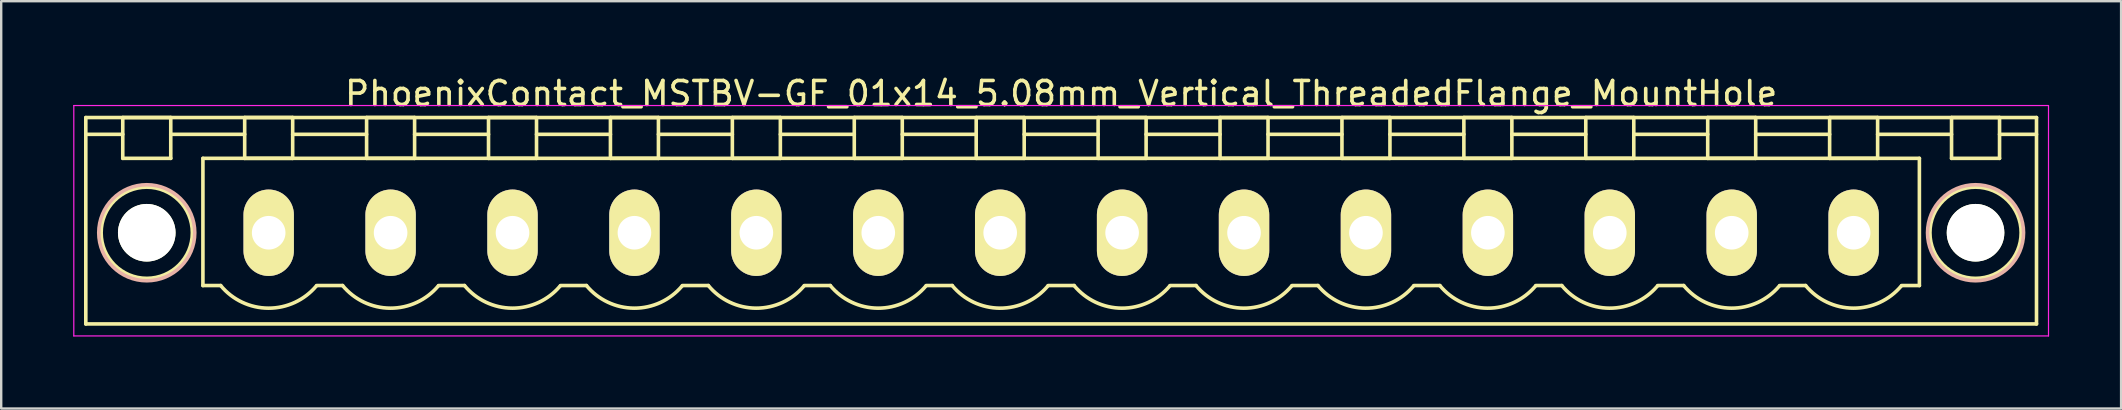
<source format=kicad_pcb>
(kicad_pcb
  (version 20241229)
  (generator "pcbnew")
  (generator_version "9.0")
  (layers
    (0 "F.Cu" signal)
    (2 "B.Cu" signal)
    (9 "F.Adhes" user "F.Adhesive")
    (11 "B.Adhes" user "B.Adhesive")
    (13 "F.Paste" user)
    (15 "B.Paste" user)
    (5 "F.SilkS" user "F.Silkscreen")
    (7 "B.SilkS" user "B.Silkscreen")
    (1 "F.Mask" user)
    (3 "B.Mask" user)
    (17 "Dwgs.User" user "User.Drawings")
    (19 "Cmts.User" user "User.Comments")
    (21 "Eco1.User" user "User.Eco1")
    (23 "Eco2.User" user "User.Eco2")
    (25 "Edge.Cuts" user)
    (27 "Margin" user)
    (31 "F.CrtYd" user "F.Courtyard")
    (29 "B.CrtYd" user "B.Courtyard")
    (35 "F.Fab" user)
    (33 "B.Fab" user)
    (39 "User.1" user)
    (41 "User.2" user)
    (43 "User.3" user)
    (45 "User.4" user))
  (footprint "PhoenixContact_MSTBV-GF_01x14_5.08mm_Vertical_ThreadedFlange_MountHole"
    (layer "F.Cu")
    (at 8.145 6.648)
    (property "Reference" "PhoenixContact_MSTBV-GF_01x14_5.08mm_Vertical_ThreadedFlange_MountHole" (at 33.02 -5.8 0) (layer "F.SilkS") (effects (font (size 1 1) (thickness 0.15))))
    (attr through_hole)
    (fp_line (start -7.62 -4.8) (end -7.62 3.8) (stroke (width 0.15) (type solid)) (layer "F.SilkS"))
    (fp_line (start -7.62 -4.1) (end -6.08 -4.1) (stroke (width 0.15) (type solid)) (layer "F.SilkS"))
    (fp_line (start -7.62 3.8) (end 73.66 3.8) (stroke (width 0.15) (type solid)) (layer "F.SilkS"))
    (fp_line (start -6.08 -4.8) (end -4.08 -4.8) (stroke (width 0.15) (type solid)) (layer "F.SilkS"))
    (fp_line (start -6.08 -3.1) (end -6.08 -4.8) (stroke (width 0.15) (type solid)) (layer "F.SilkS"))
    (fp_line (start -4.08 -4.8) (end -4.08 -3.1) (stroke (width 0.15) (type solid)) (layer "F.SilkS"))
    (fp_line (start -4.08 -4.1) (end -1 -4.1) (stroke (width 0.15) (type solid)) (layer "F.SilkS"))
    (fp_line (start -4.08 -3.1) (end -6.08 -3.1) (stroke (width 0.15) (type solid)) (layer "F.SilkS"))
    (fp_line (start -2.74 -3.1) (end 68.78 -3.1) (stroke (width 0.15) (type solid)) (layer "F.SilkS"))
    (fp_line (start -2.74 2.2) (end -2.74 -3.1) (stroke (width 0.15) (type solid)) (layer "F.SilkS"))
    (fp_line (start -2 2.2) (end -2.74 2.2) (stroke (width 0.15) (type solid)) (layer "F.SilkS"))
    (fp_line (start -1 -4.8) (end 1 -4.8) (stroke (width 0.15) (type solid)) (layer "F.SilkS"))
    (fp_line (start -1 -3.1) (end -1 -4.8) (stroke (width 0.15) (type solid)) (layer "F.SilkS"))
    (fp_line (start 1 -4.8) (end 1 -3.1) (stroke (width 0.15) (type solid)) (layer "F.SilkS"))
    (fp_line (start 1 -4.1) (end 4.08 -4.1) (stroke (width 0.15) (type solid)) (layer "F.SilkS"))
    (fp_line (start 1 -3.1) (end -1 -3.1) (stroke (width 0.15) (type solid)) (layer "F.SilkS"))
    (fp_line (start 2 2.2) (end 3.08 2.2) (stroke (width 0.15) (type solid)) (layer "F.SilkS"))
    (fp_line (start 4.08 -4.8) (end 6.08 -4.8) (stroke (width 0.15) (type solid)) (layer "F.SilkS"))
    (fp_line (start 4.08 -3.1) (end 4.08 -4.8) (stroke (width 0.15) (type solid)) (layer "F.SilkS"))
    (fp_line (start 6.08 -4.8) (end 6.08 -3.1) (stroke (width 0.15) (type solid)) (layer "F.SilkS"))
    (fp_line (start 6.08 -4.1) (end 9.16 -4.1) (stroke (width 0.15) (type solid)) (layer "F.SilkS"))
    (fp_line (start 6.08 -3.1) (end 4.08 -3.1) (stroke (width 0.15) (type solid)) (layer "F.SilkS"))
    (fp_line (start 7.08 2.2) (end 8.16 2.2) (stroke (width 0.15) (type solid)) (layer "F.SilkS"))
    (fp_line (start 9.16 -4.8) (end 11.16 -4.8) (stroke (width 0.15) (type solid)) (layer "F.SilkS"))
    (fp_line (start 9.16 -3.1) (end 9.16 -4.8) (stroke (width 0.15) (type solid)) (layer "F.SilkS"))
    (fp_line (start 11.16 -4.8) (end 11.16 -3.1) (stroke (width 0.15) (type solid)) (layer "F.SilkS"))
    (fp_line (start 11.16 -4.1) (end 14.24 -4.1) (stroke (width 0.15) (type solid)) (layer "F.SilkS"))
    (fp_line (start 11.16 -3.1) (end 9.16 -3.1) (stroke (width 0.15) (type solid)) (layer "F.SilkS"))
    (fp_line (start 12.16 2.2) (end 13.24 2.2) (stroke (width 0.15) (type solid)) (layer "F.SilkS"))
    (fp_line (start 14.24 -4.8) (end 16.24 -4.8) (stroke (width 0.15) (type solid)) (layer "F.SilkS"))
    (fp_line (start 14.24 -3.1) (end 14.24 -4.8) (stroke (width 0.15) (type solid)) (layer "F.SilkS"))
    (fp_line (start 16.24 -4.8) (end 16.24 -3.1) (stroke (width 0.15) (type solid)) (layer "F.SilkS"))
    (fp_line (start 16.24 -4.1) (end 19.32 -4.1) (stroke (width 0.15) (type solid)) (layer "F.SilkS"))
    (fp_line (start 16.24 -3.1) (end 14.24 -3.1) (stroke (width 0.15) (type solid)) (layer "F.SilkS"))
    (fp_line (start 17.24 2.2) (end 18.32 2.2) (stroke (width 0.15) (type solid)) (layer "F.SilkS"))
    (fp_line (start 19.32 -4.8) (end 21.32 -4.8) (stroke (width 0.15) (type solid)) (layer "F.SilkS"))
    (fp_line (start 19.32 -3.1) (end 19.32 -4.8) (stroke (width 0.15) (type solid)) (layer "F.SilkS"))
    (fp_line (start 21.32 -4.8) (end 21.32 -3.1) (stroke (width 0.15) (type solid)) (layer "F.SilkS"))
    (fp_line (start 21.32 -4.1) (end 24.4 -4.1) (stroke (width 0.15) (type solid)) (layer "F.SilkS"))
    (fp_line (start 21.32 -3.1) (end 19.32 -3.1) (stroke (width 0.15) (type solid)) (layer "F.SilkS"))
    (fp_line (start 22.32 2.2) (end 23.4 2.2) (stroke (width 0.15) (type solid)) (layer "F.SilkS"))
    (fp_line (start 24.4 -4.8) (end 26.4 -4.8) (stroke (width 0.15) (type solid)) (layer "F.SilkS"))
    (fp_line (start 24.4 -3.1) (end 24.4 -4.8) (stroke (width 0.15) (type solid)) (layer "F.SilkS"))
    (fp_line (start 26.4 -4.8) (end 26.4 -3.1) (stroke (width 0.15) (type solid)) (layer "F.SilkS"))
    (fp_line (start 26.4 -4.1) (end 29.48 -4.1) (stroke (width 0.15) (type solid)) (layer "F.SilkS"))
    (fp_line (start 26.4 -3.1) (end 24.4 -3.1) (stroke (width 0.15) (type solid)) (layer "F.SilkS"))
    (fp_line (start 27.4 2.2) (end 28.48 2.2) (stroke (width 0.15) (type solid)) (layer "F.SilkS"))
    (fp_line (start 29.48 -4.8) (end 31.48 -4.8) (stroke (width 0.15) (type solid)) (layer "F.SilkS"))
    (fp_line (start 29.48 -3.1) (end 29.48 -4.8) (stroke (width 0.15) (type solid)) (layer "F.SilkS"))
    (fp_line (start 31.48 -4.8) (end 31.48 -3.1) (stroke (width 0.15) (type solid)) (layer "F.SilkS"))
    (fp_line (start 31.48 -4.1) (end 34.56 -4.1) (stroke (width 0.15) (type solid)) (layer "F.SilkS"))
    (fp_line (start 31.48 -3.1) (end 29.48 -3.1) (stroke (width 0.15) (type solid)) (layer "F.SilkS"))
    (fp_line (start 32.48 2.2) (end 33.56 2.2) (stroke (width 0.15) (type solid)) (layer "F.SilkS"))
    (fp_line (start 34.56 -4.8) (end 36.56 -4.8) (stroke (width 0.15) (type solid)) (layer "F.SilkS"))
    (fp_line (start 34.56 -3.1) (end 34.56 -4.8) (stroke (width 0.15) (type solid)) (layer "F.SilkS"))
    (fp_line (start 36.56 -4.8) (end 36.56 -3.1) (stroke (width 0.15) (type solid)) (layer "F.SilkS"))
    (fp_line (start 36.56 -4.1) (end 39.64 -4.1) (stroke (width 0.15) (type solid)) (layer "F.SilkS"))
    (fp_line (start 36.56 -3.1) (end 34.56 -3.1) (stroke (width 0.15) (type solid)) (layer "F.SilkS"))
    (fp_line (start 37.56 2.2) (end 38.64 2.2) (stroke (width 0.15) (type solid)) (layer "F.SilkS"))
    (fp_line (start 39.64 -4.8) (end 41.64 -4.8) (stroke (width 0.15) (type solid)) (layer "F.SilkS"))
    (fp_line (start 39.64 -3.1) (end 39.64 -4.8) (stroke (width 0.15) (type solid)) (layer "F.SilkS"))
    (fp_line (start 41.64 -4.8) (end 41.64 -3.1) (stroke (width 0.15) (type solid)) (layer "F.SilkS"))
    (fp_line (start 41.64 -4.1) (end 44.72 -4.1) (stroke (width 0.15) (type solid)) (layer "F.SilkS"))
    (fp_line (start 41.64 -3.1) (end 39.64 -3.1) (stroke (width 0.15) (type solid)) (layer "F.SilkS"))
    (fp_line (start 42.64 2.2) (end 43.72 2.2) (stroke (width 0.15) (type solid)) (layer "F.SilkS"))
    (fp_line (start 44.72 -4.8) (end 46.72 -4.8) (stroke (width 0.15) (type solid)) (layer "F.SilkS"))
    (fp_line (start 44.72 -3.1) (end 44.72 -4.8) (stroke (width 0.15) (type solid)) (layer "F.SilkS"))
    (fp_line (start 46.72 -4.8) (end 46.72 -3.1) (stroke (width 0.15) (type solid)) (layer "F.SilkS"))
    (fp_line (start 46.72 -4.1) (end 49.8 -4.1) (stroke (width 0.15) (type solid)) (layer "F.SilkS"))
    (fp_line (start 46.72 -3.1) (end 44.72 -3.1) (stroke (width 0.15) (type solid)) (layer "F.SilkS"))
    (fp_line (start 47.72 2.2) (end 48.8 2.2) (stroke (width 0.15) (type solid)) (layer "F.SilkS"))
    (fp_line (start 49.8 -4.8) (end 51.8 -4.8) (stroke (width 0.15) (type solid)) (layer "F.SilkS"))
    (fp_line (start 49.8 -3.1) (end 49.8 -4.8) (stroke (width 0.15) (type solid)) (layer "F.SilkS"))
    (fp_line (start 51.8 -4.8) (end 51.8 -3.1) (stroke (width 0.15) (type solid)) (layer "F.SilkS"))
    (fp_line (start 51.8 -4.1) (end 54.88 -4.1) (stroke (width 0.15) (type solid)) (layer "F.SilkS"))
    (fp_line (start 51.8 -3.1) (end 49.8 -3.1) (stroke (width 0.15) (type solid)) (layer "F.SilkS"))
    (fp_line (start 52.8 2.2) (end 53.88 2.2) (stroke (width 0.15) (type solid)) (layer "F.SilkS"))
    (fp_line (start 54.88 -4.8) (end 56.88 -4.8) (stroke (width 0.15) (type solid)) (layer "F.SilkS"))
    (fp_line (start 54.88 -3.1) (end 54.88 -4.8) (stroke (width 0.15) (type solid)) (layer "F.SilkS"))
    (fp_line (start 56.88 -4.8) (end 56.88 -3.1) (stroke (width 0.15) (type solid)) (layer "F.SilkS"))
    (fp_line (start 56.88 -4.1) (end 59.96 -4.1) (stroke (width 0.15) (type solid)) (layer "F.SilkS"))
    (fp_line (start 56.88 -3.1) (end 54.88 -3.1) (stroke (width 0.15) (type solid)) (layer "F.SilkS"))
    (fp_line (start 57.88 2.2) (end 58.96 2.2) (stroke (width 0.15) (type solid)) (layer "F.SilkS"))
    (fp_line (start 59.96 -4.8) (end 61.96 -4.8) (stroke (width 0.15) (type solid)) (layer "F.SilkS"))
    (fp_line (start 59.96 -3.1) (end 59.96 -4.8) (stroke (width 0.15) (type solid)) (layer "F.SilkS"))
    (fp_line (start 61.96 -4.8) (end 61.96 -3.1) (stroke (width 0.15) (type solid)) (layer "F.SilkS"))
    (fp_line (start 61.96 -4.1) (end 65.04 -4.1) (stroke (width 0.15) (type solid)) (layer "F.SilkS"))
    (fp_line (start 61.96 -3.1) (end 59.96 -3.1) (stroke (width 0.15) (type solid)) (layer "F.SilkS"))
    (fp_line (start 62.96 2.2) (end 64.04 2.2) (stroke (width 0.15) (type solid)) (layer "F.SilkS"))
    (fp_line (start 65.04 -4.8) (end 67.04 -4.8) (stroke (width 0.15) (type solid)) (layer "F.SilkS"))
    (fp_line (start 65.04 -3.1) (end 65.04 -4.8) (stroke (width 0.15) (type solid)) (layer "F.SilkS"))
    (fp_line (start 67.04 -4.8) (end 67.04 -3.1) (stroke (width 0.15) (type solid)) (layer "F.SilkS"))
    (fp_line (start 67.04 -4.1) (end 70.12 -4.1) (stroke (width 0.15) (type solid)) (layer "F.SilkS"))
    (fp_line (start 67.04 -3.1) (end 65.04 -3.1) (stroke (width 0.15) (type solid)) (layer "F.SilkS"))
    (fp_line (start 68.78 -3.1) (end 68.78 2.2) (stroke (width 0.15) (type solid)) (layer "F.SilkS"))
    (fp_line (start 68.78 2.2) (end 68.04 2.2) (stroke (width 0.15) (type solid)) (layer "F.SilkS"))
    (fp_line (start 70.12 -4.8) (end 72.12 -4.8) (stroke (width 0.15) (type solid)) (layer "F.SilkS"))
    (fp_line (start 70.12 -3.1) (end 70.12 -4.8) (stroke (width 0.15) (type solid)) (layer "F.SilkS"))
    (fp_line (start 72.12 -4.8) (end 72.12 -3.1) (stroke (width 0.15) (type solid)) (layer "F.SilkS"))
    (fp_line (start 72.12 -3.1) (end 70.12 -3.1) (stroke (width 0.15) (type solid)) (layer "F.SilkS"))
    (fp_line (start 73.66 -4.8) (end -7.62 -4.8) (stroke (width 0.15) (type solid)) (layer "F.SilkS"))
    (fp_line (start 73.66 -4.1) (end 72.12 -4.1) (stroke (width 0.15) (type solid)) (layer "F.SilkS"))
    (fp_line (start 73.66 3.8) (end 73.66 -4.8) (stroke (width 0.15) (type solid)) (layer "F.SilkS"))
    (fp_arc (start 1.986842 2.215821) (mid -0.010289 3.142758) (end -2 2.2) (stroke (width 0.15) (type solid)) (layer "F.SilkS"))
    (fp_arc (start 7.066842 2.215821) (mid 5.069711 3.142758) (end 3.08 2.2) (stroke (width 0.15) (type solid)) (layer "F.SilkS"))
    (fp_arc (start 12.146842 2.215821) (mid 10.149711 3.142758) (end 8.16 2.2) (stroke (width 0.15) (type solid)) (layer "F.SilkS"))
    (fp_arc (start 17.226842 2.215821) (mid 15.229711 3.142758) (end 13.24 2.2) (stroke (width 0.15) (type solid)) (layer "F.SilkS"))
    (fp_arc (start 22.306842 2.215821) (mid 20.309711 3.142758) (end 18.32 2.2) (stroke (width 0.15) (type solid)) (layer "F.SilkS"))
    (fp_arc (start 27.386842 2.215821) (mid 25.389711 3.142758) (end 23.4 2.2) (stroke (width 0.15) (type solid)) (layer "F.SilkS"))
    (fp_arc (start 32.466842 2.215821) (mid 30.469711 3.142758) (end 28.48 2.2) (stroke (width 0.15) (type solid)) (layer "F.SilkS"))
    (fp_arc (start 37.546842 2.215821) (mid 35.549711 3.142758) (end 33.56 2.2) (stroke (width 0.15) (type solid)) (layer "F.SilkS"))
    (fp_arc (start 42.626842 2.215821) (mid 40.629711 3.142758) (end 38.64 2.2) (stroke (width 0.15) (type solid)) (layer "F.SilkS"))
    (fp_arc (start 47.706842 2.215821) (mid 45.709711 3.142758) (end 43.72 2.2) (stroke (width 0.15) (type solid)) (layer "F.SilkS"))
    (fp_arc (start 52.786842 2.215821) (mid 50.789711 3.142758) (end 48.8 2.2) (stroke (width 0.15) (type solid)) (layer "F.SilkS"))
    (fp_arc (start 57.866842 2.215821) (mid 55.869711 3.142758) (end 53.88 2.2) (stroke (width 0.15) (type solid)) (layer "F.SilkS"))
    (fp_arc (start 62.946842 2.215821) (mid 60.949711 3.142758) (end 58.96 2.2) (stroke (width 0.15) (type solid)) (layer "F.SilkS"))
    (fp_arc (start 68.026842 2.215821) (mid 66.029711 3.142758) (end 64.04 2.2) (stroke (width 0.15) (type solid)) (layer "F.SilkS"))
    (fp_circle (center -5.08 0) (end -4.08 0) (stroke (width 0.15) (type solid)) (fill no) (layer "F.SilkS"))
    (fp_circle (center -5.08 0) (end -3.18 0) (stroke (width 0.15) (type solid)) (fill no) (layer "F.SilkS"))
    (fp_circle (center 71.12 0) (end 72.12 0) (stroke (width 0.15) (type solid)) (fill no) (layer "F.SilkS"))
    (fp_circle (center 71.12 0) (end 73.02 0) (stroke (width 0.15) (type solid)) (fill no) (layer "F.SilkS"))
    (fp_circle (center -5.08 0) (end -3.08 0) (stroke (width 0.15) (type solid)) (fill no) (layer "B.SilkS"))
    (fp_circle (center 71.12 0) (end 73.12 0) (stroke (width 0.15) (type solid)) (fill no) (layer "B.SilkS"))
    (fp_line (start -8.12 -5.3) (end -8.12 4.3) (stroke (width 0.05) (type solid)) (layer "F.CrtYd"))
    (fp_line (start -8.12 4.3) (end 74.16 4.3) (stroke (width 0.05) (type solid)) (layer "F.CrtYd"))
    (fp_line (start 74.16 -5.3) (end -8.12 -5.3) (stroke (width 0.05) (type solid)) (layer "F.CrtYd"))
    (fp_line (start 74.16 4.3) (end 74.16 -5.3) (stroke (width 0.05) (type solid)) (layer "F.CrtYd"))
    (pad "" np_thru_hole circle (at -5.08 0) (size 2.4 2.4) (drill 2.4) (layers "*.Cu" "*.Mask" "F.SilkS"))
    (pad "" np_thru_hole circle (at 71.12 0) (size 2.4 2.4) (drill 2.4) (layers "*.Cu" "*.Mask" "F.SilkS"))
    (pad "1" thru_hole oval (at 0 0) (size 2.1 3.6) (drill 1.4) (layers "*.Cu" "*.Mask" "F.SilkS"))
    (pad "2" thru_hole oval (at 5.08 0) (size 2.1 3.6) (drill 1.4) (layers "*.Cu" "*.Mask" "F.SilkS"))
    (pad "3" thru_hole oval (at 10.16 0) (size 2.1 3.6) (drill 1.4) (layers "*.Cu" "*.Mask" "F.SilkS"))
    (pad "4" thru_hole oval (at 15.24 0) (size 2.1 3.6) (drill 1.4) (layers "*.Cu" "*.Mask" "F.SilkS"))
    (pad "5" thru_hole oval (at 20.32 0) (size 2.1 3.6) (drill 1.4) (layers "*.Cu" "*.Mask" "F.SilkS"))
    (pad "6" thru_hole oval (at 25.4 0) (size 2.1 3.6) (drill 1.4) (layers "*.Cu" "*.Mask" "F.SilkS"))
    (pad "7" thru_hole oval (at 30.48 0) (size 2.1 3.6) (drill 1.4) (layers "*.Cu" "*.Mask" "F.SilkS"))
    (pad "8" thru_hole oval (at 35.56 0) (size 2.1 3.6) (drill 1.4) (layers "*.Cu" "*.Mask" "F.SilkS"))
    (pad "9" thru_hole oval (at 40.64 0) (size 2.1 3.6) (drill 1.4) (layers "*.Cu" "*.Mask" "F.SilkS"))
    (pad "10" thru_hole oval (at 45.72 0) (size 2.1 3.6) (drill 1.4) (layers "*.Cu" "*.Mask" "F.SilkS"))
    (pad "11" thru_hole oval (at 50.8 0) (size 2.1 3.6) (drill 1.4) (layers "*.Cu" "*.Mask" "F.SilkS"))
    (pad "12" thru_hole oval (at 55.88 0) (size 2.1 3.6) (drill 1.4) (layers "*.Cu" "*.Mask" "F.SilkS"))
    (pad "13" thru_hole oval (at 60.96 0) (size 2.1 3.6) (drill 1.4) (layers "*.Cu" "*.Mask" "F.SilkS"))
    (pad "14" thru_hole oval (at 66.04 0) (size 2.1 3.6) (drill 1.4) (layers "*.Cu" "*.Mask" "F.SilkS")))
  (gr_rect
    (start -3 -3)
    (end 85.33 13.973)
    (stroke (width 0.1) (type default))
    (fill no)
    (layer "Edge.Cuts")))
</source>
